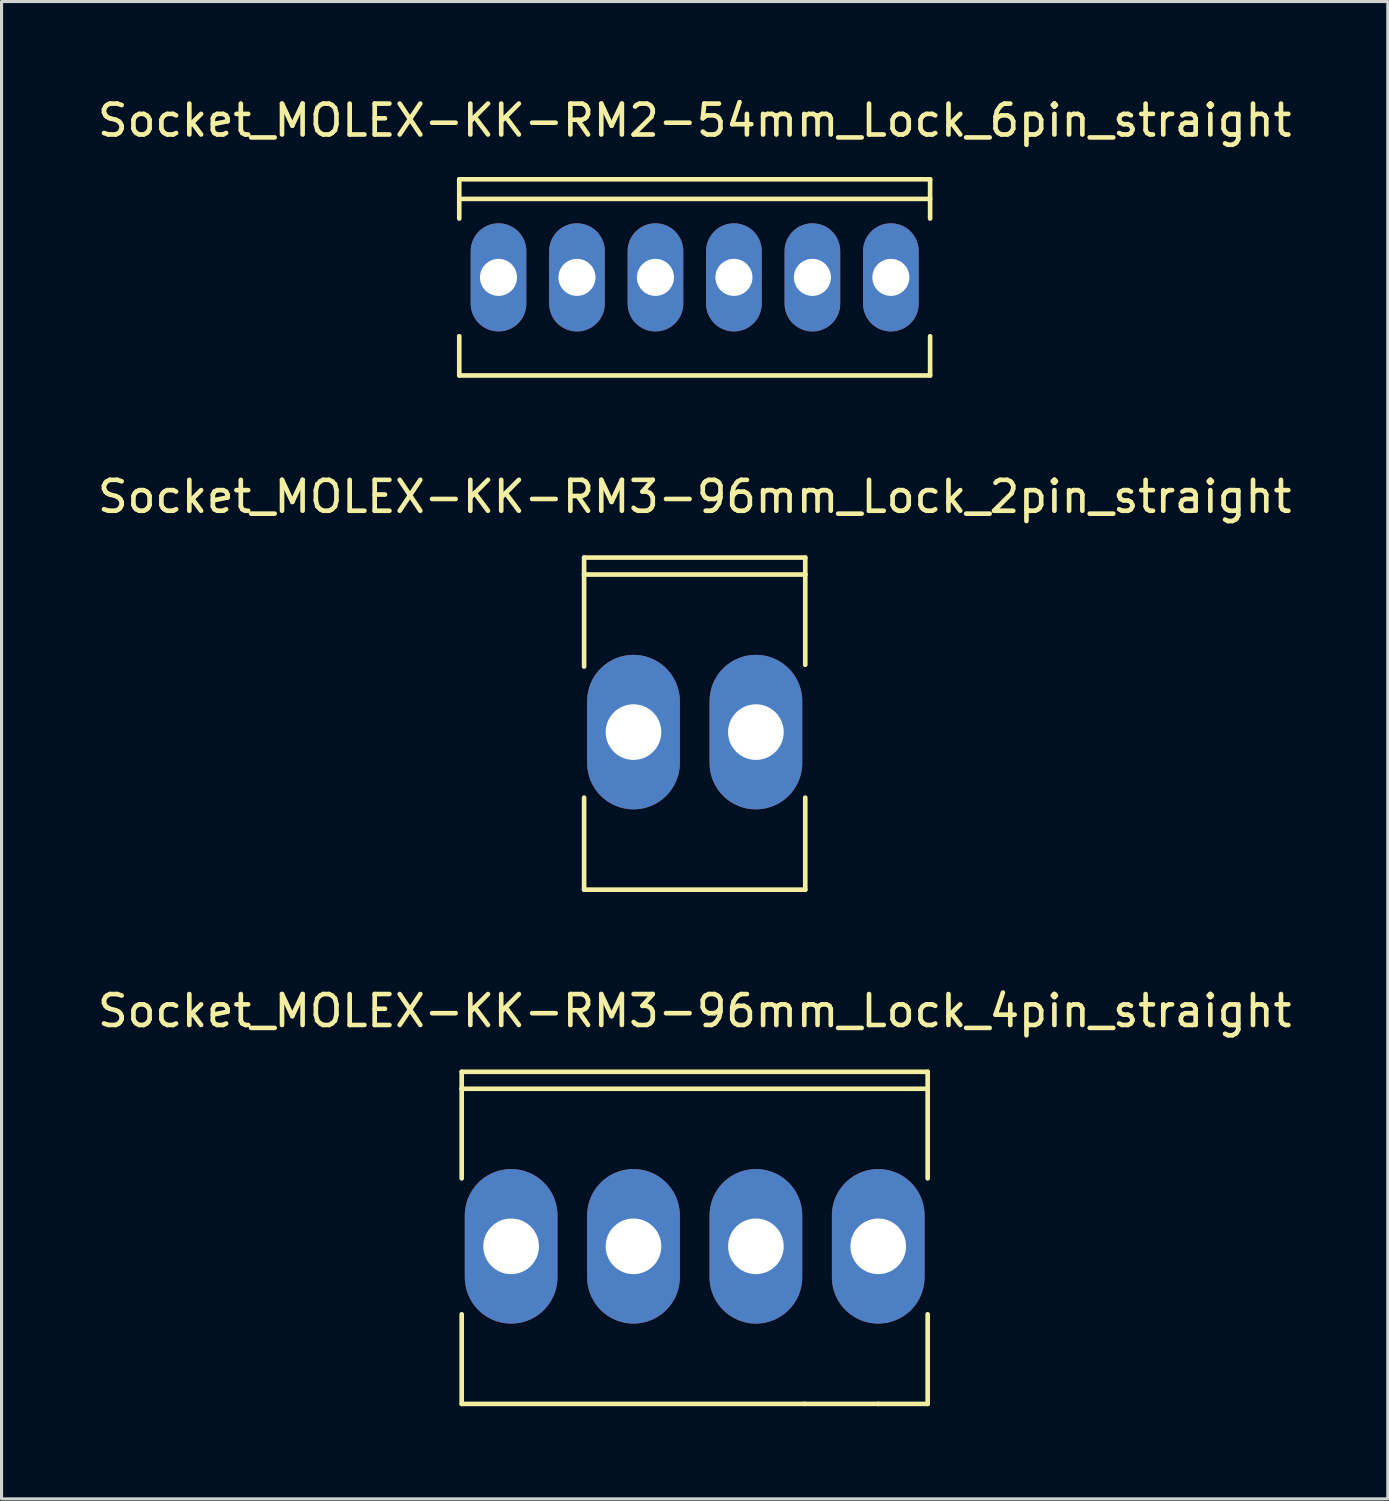
<source format=kicad_pcb>
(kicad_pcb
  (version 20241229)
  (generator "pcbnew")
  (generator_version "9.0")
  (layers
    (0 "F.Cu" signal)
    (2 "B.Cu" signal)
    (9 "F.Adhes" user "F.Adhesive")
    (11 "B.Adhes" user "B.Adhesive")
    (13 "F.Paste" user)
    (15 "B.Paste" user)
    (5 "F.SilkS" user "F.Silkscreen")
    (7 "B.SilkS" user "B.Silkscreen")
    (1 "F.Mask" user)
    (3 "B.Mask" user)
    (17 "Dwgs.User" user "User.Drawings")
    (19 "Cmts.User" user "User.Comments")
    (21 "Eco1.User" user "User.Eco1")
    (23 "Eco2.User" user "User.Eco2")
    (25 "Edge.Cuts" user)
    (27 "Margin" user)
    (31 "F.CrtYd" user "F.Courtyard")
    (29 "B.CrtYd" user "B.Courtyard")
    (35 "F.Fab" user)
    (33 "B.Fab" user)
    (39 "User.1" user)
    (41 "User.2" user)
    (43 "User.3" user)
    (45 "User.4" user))
  (footprint "Socket_MOLEX-KK-RM3-96mm_Lock_2pin_straight"
    (layer "F.Cu")
    (at 19.435 20.646)
    (property "Reference" "Socket_MOLEX-KK-RM3-96mm_Lock_2pin_straight" (at 0 -7.62 0) (layer "F.SilkS") (effects (font (size 1 1) (thickness 0.15))))
    (attr through_hole)
    (fp_line (start -3.579 -5.649) (end -3.579 -5.1) (stroke (width 0.15) (type solid)) (layer "F.SilkS"))
    (fp_line (start -3.579 -5.1) (end -3.579 -2.121) (stroke (width 0.15) (type solid)) (layer "F.SilkS"))
    (fp_line (start -3.579 2.121) (end -3.579 5.1) (stroke (width 0.15) (type solid)) (layer "F.SilkS"))
    (fp_line (start -3.579 5.1) (end 3.579 5.1) (stroke (width 0.15) (type solid)) (layer "F.SilkS"))
    (fp_line (start 3.579 -5.649) (end -3.579 -5.649) (stroke (width 0.15) (type solid)) (layer "F.SilkS"))
    (fp_line (start 3.579 -5.1) (end -3.579 -5.1) (stroke (width 0.15) (type solid)) (layer "F.SilkS"))
    (fp_line (start 3.579 -5.1) (end 3.579 -5.649) (stroke (width 0.15) (type solid)) (layer "F.SilkS"))
    (fp_line (start 3.579 -2.179) (end 3.579 -5.1) (stroke (width 0.15) (type solid)) (layer "F.SilkS"))
    (fp_line (start 3.579 5.1) (end 3.579 2.121) (stroke (width 0.15) (type solid)) (layer "F.SilkS"))
    (pad "1" thru_hole oval (at -1.981 0) (size 3 5.001) (drill 1.801) (layers "*.Cu" "*.Mask"))
    (pad "2" thru_hole oval (at 1.981 0) (size 3 5.001) (drill 1.801) (layers "*.Cu" "*.Mask")))
  (footprint "Socket_MOLEX-KK-RM2-54mm_Lock_6pin_straight"
    (layer "F.Cu")
    (at 19.435 5.928)
    (property "Reference" "Socket_MOLEX-KK-RM2-54mm_Lock_6pin_straight" (at 0 -5.08 0) (layer "F.SilkS") (effects (font (size 1 1) (thickness 0.15))))
    (attr through_hole)
    (fp_line (start -7.62 -3.175) (end 7.62 -3.175) (stroke (width 0.15) (type solid)) (layer "F.SilkS"))
    (fp_line (start -7.62 -1.905) (end -7.62 -3.175) (stroke (width 0.15) (type solid)) (layer "F.SilkS"))
    (fp_line (start -7.62 3.175) (end -7.62 1.905) (stroke (width 0.15) (type solid)) (layer "F.SilkS"))
    (fp_line (start 7.62 -3.175) (end 7.62 -1.905) (stroke (width 0.15) (type solid)) (layer "F.SilkS"))
    (fp_line (start 7.62 -2.54) (end -7.62 -2.54) (stroke (width 0.15) (type solid)) (layer "F.SilkS"))
    (fp_line (start 7.62 3.175) (end -7.62 3.175) (stroke (width 0.15) (type solid)) (layer "F.SilkS"))
    (fp_line (start 7.62 3.175) (end 7.62 1.905) (stroke (width 0.15) (type solid)) (layer "F.SilkS"))
    (pad "1" thru_hole oval (at -6.35 0) (size 1.801 3.5) (drill 1.199) (layers "*.Cu" "*.Mask"))
    (pad "2" thru_hole oval (at -3.81 0) (size 1.801 3.5) (drill 1.199) (layers "*.Cu" "*.Mask"))
    (pad "3" thru_hole oval (at -1.27 0) (size 1.801 3.5) (drill 1.199) (layers "*.Cu" "*.Mask"))
    (pad "4" thru_hole oval (at 1.27 0) (size 1.801 3.5) (drill 1.199) (layers "*.Cu" "*.Mask"))
    (pad "5" thru_hole oval (at 3.81 0) (size 1.801 3.5) (drill 1.199) (layers "*.Cu" "*.Mask"))
    (pad "6" thru_hole oval (at 6.35 0) (size 1.801 3.5) (drill 1.199) (layers "*.Cu" "*.Mask")))
  (footprint "Socket_MOLEX-KK-RM3-96mm_Lock_4pin_straight"
    (layer "F.Cu")
    (at 19.435 37.29)
    (property "Reference" "Socket_MOLEX-KK-RM3-96mm_Lock_4pin_straight" (at 0 -7.62 0) (layer "F.SilkS") (effects (font (size 1 1) (thickness 0.15))))
    (attr through_hole)
    (fp_line (start -7.541 -5.649) (end -7.541 -5.1) (stroke (width 0.15) (type solid)) (layer "F.SilkS"))
    (fp_line (start -7.541 -5.1) (end -7.541 -2.2) (stroke (width 0.15) (type solid)) (layer "F.SilkS"))
    (fp_line (start -7.541 2.2) (end -7.541 5.1) (stroke (width 0.15) (type solid)) (layer "F.SilkS"))
    (fp_line (start -7.541 5.1) (end 3.561 5.1) (stroke (width 0.15) (type solid)) (layer "F.SilkS"))
    (fp_line (start 3.561 5.1) (end 5.941 5.1) (stroke (width 0.15) (type solid)) (layer "F.SilkS"))
    (fp_line (start 5.941 5.1) (end 7.541 5.1) (stroke (width 0.15) (type solid)) (layer "F.SilkS"))
    (fp_line (start 7.541 -5.649) (end -7.541 -5.649) (stroke (width 0.15) (type solid)) (layer "F.SilkS"))
    (fp_line (start 7.541 -5.1) (end -7.541 -5.1) (stroke (width 0.15) (type solid)) (layer "F.SilkS"))
    (fp_line (start 7.541 -5.1) (end 7.541 -5.649) (stroke (width 0.15) (type solid)) (layer "F.SilkS"))
    (fp_line (start 7.541 -2.2) (end 7.541 -5.1) (stroke (width 0.15) (type solid)) (layer "F.SilkS"))
    (fp_line (start 7.541 5.1) (end 7.541 2.2) (stroke (width 0.15) (type solid)) (layer "F.SilkS"))
    (pad "1" thru_hole oval (at -5.941 0) (size 3 5.001) (drill 1.801) (layers "*.Cu" "*.Mask"))
    (pad "2" thru_hole oval (at -1.981 0) (size 3 5.001) (drill 1.801) (layers "*.Cu" "*.Mask"))
    (pad "3" thru_hole oval (at 1.981 0) (size 3 5.001) (drill 1.801) (layers "*.Cu" "*.Mask"))
    (pad "4" thru_hole oval (at 5.941 0) (size 3 5.001) (drill 1.801) (layers "*.Cu" "*.Mask")))
  (gr_rect
    (start -3 -3)
    (end 41.869 45.465)
    (stroke (width 0.1) (type default))
    (fill no)
    (layer "Edge.Cuts")))
</source>
